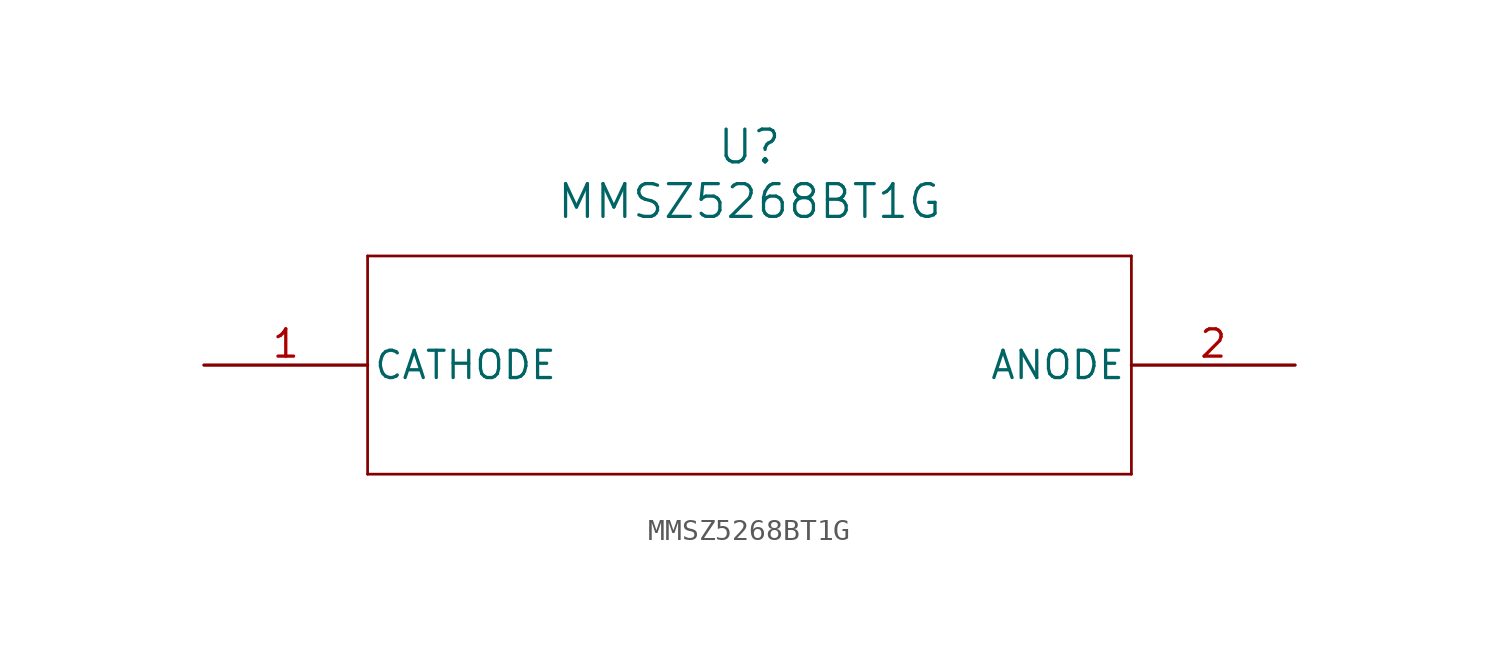
<source format=kicad_sym>
(kicad_symbol_lib
  (version 20211014)
  (generator kicad_symbol_editor)
  (symbol "MMSZ5268BT1G"
    (pin_names
      (offset 0.254))
    (property "Reference" "U"
      (at 25.4 10.16 0)
      (effects (font (size 1.524 1.524))))
    (property "Value" "MMSZ5268BT1G"
      (at 25.4 7.62 0)
      (effects (font (size 1.524 1.524))))
    (symbol "MMSZ5268BT1G_0_1"
      (polyline (pts (xy 7.62 5.08) (xy 7.62 -5.08)) (stroke (width .127) (type default) (color 0 0 0 0)) (fill (type none)))
      (polyline (pts (xy 7.62 -5.08) (xy 43.18 -5.08)) (stroke (width .127) (type default) (color 0 0 0 0)) (fill (type none)))
      (polyline (pts (xy 43.18 -5.08) (xy 43.18 5.08)) (stroke (width .127) (type default) (color 0 0 0 0)) (fill (type none)))
      (polyline (pts (xy 43.18 5.08) (xy 7.62 5.08)) (stroke (width .127) (type default) (color 0 0 0 0)) (fill (type none)))
      (pin unspecified line (at 0 0 0) (length 7.62) (name "CATHODE" (effects (font (size 1.27 1.27)))) (number "1" (effects (font (size 1.27 1.27)))))
      (pin unspecified line (at 50.8 0 180) (length 7.62) (name "ANODE" (effects (font (size 1.27 1.27)))) (number "2" (effects (font (size 1.27 1.27))))))))
</source>
